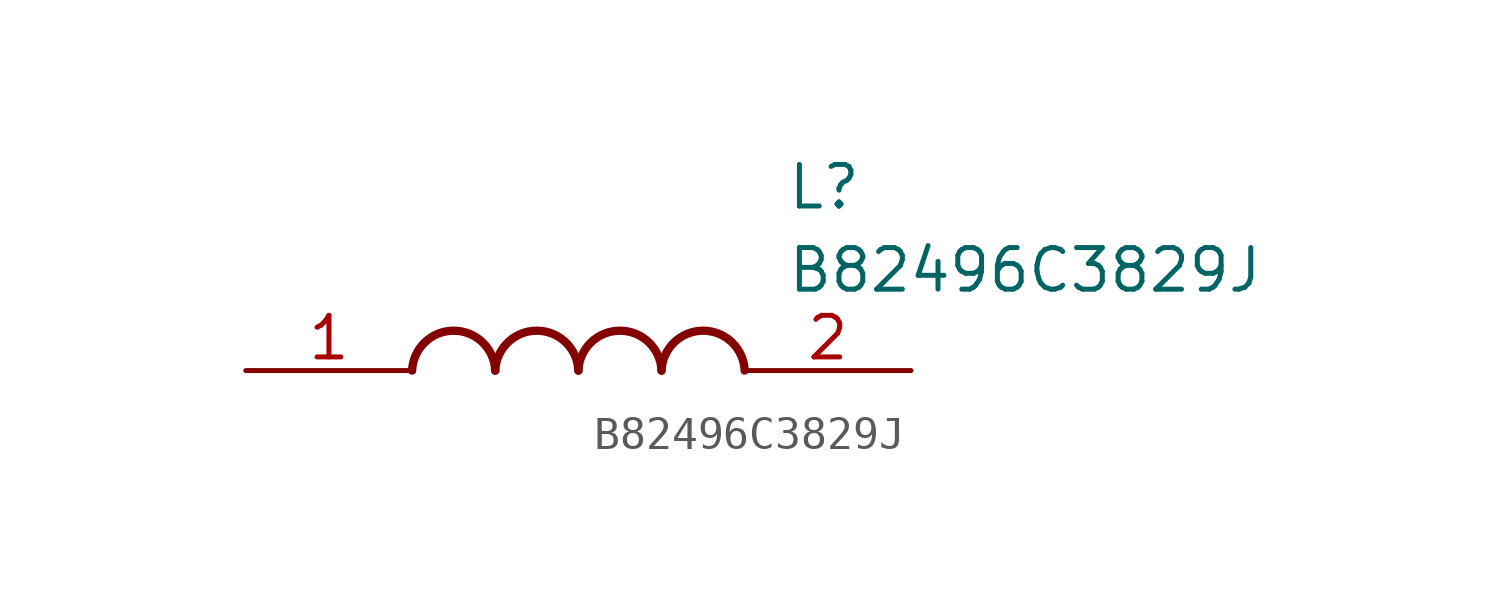
<source format=kicad_sym>
(kicad_symbol_lib
  (version 20211014)
  (generator SamacSys_ECAD_Model)
  (symbol "B82496C3829J"
    (pin_names hide)
    (property "Reference" "L"
      (at 16.51 6.35 0)
      (effects (font (size 1.27 1.27)) (justify left top)))
    (property "Value" "B82496C3829J"
      (at 16.51 3.81 0)
      (effects (font (size 1.27 1.27)) (justify left top)))
    (arc
      (start 7.62 0)
      (mid 6.35 1.219)
      (end 5.08 0)
      (stroke (width 0.254) (type default))
      (fill (type none)))
    (arc
      (start 10.16 0)
      (mid 8.89 1.219)
      (end 7.62 0)
      (stroke (width 0.254) (type default))
      (fill (type none)))
    (arc
      (start 12.7 0)
      (mid 11.43 1.219)
      (end 10.16 0)
      (stroke (width 0.254) (type default))
      (fill (type none)))
    (arc
      (start 15.24 0)
      (mid 13.97 1.219)
      (end 12.7 0)
      (stroke (width 0.254) (type default))
      (fill (type none)))
    (pin passive line
      (at 0 0 0)
      (length 5.08)
      (name "1" (effects (font (size 1.27 1.27))))
      (number "1" (effects (font (size 1.27 1.27)))))
    (pin passive line
      (at 20.32 0 180)
      (length 5.08)
      (name "2" (effects (font (size 1.27 1.27))))
      (number "2" (effects (font (size 1.27 1.27)))))))
</source>
